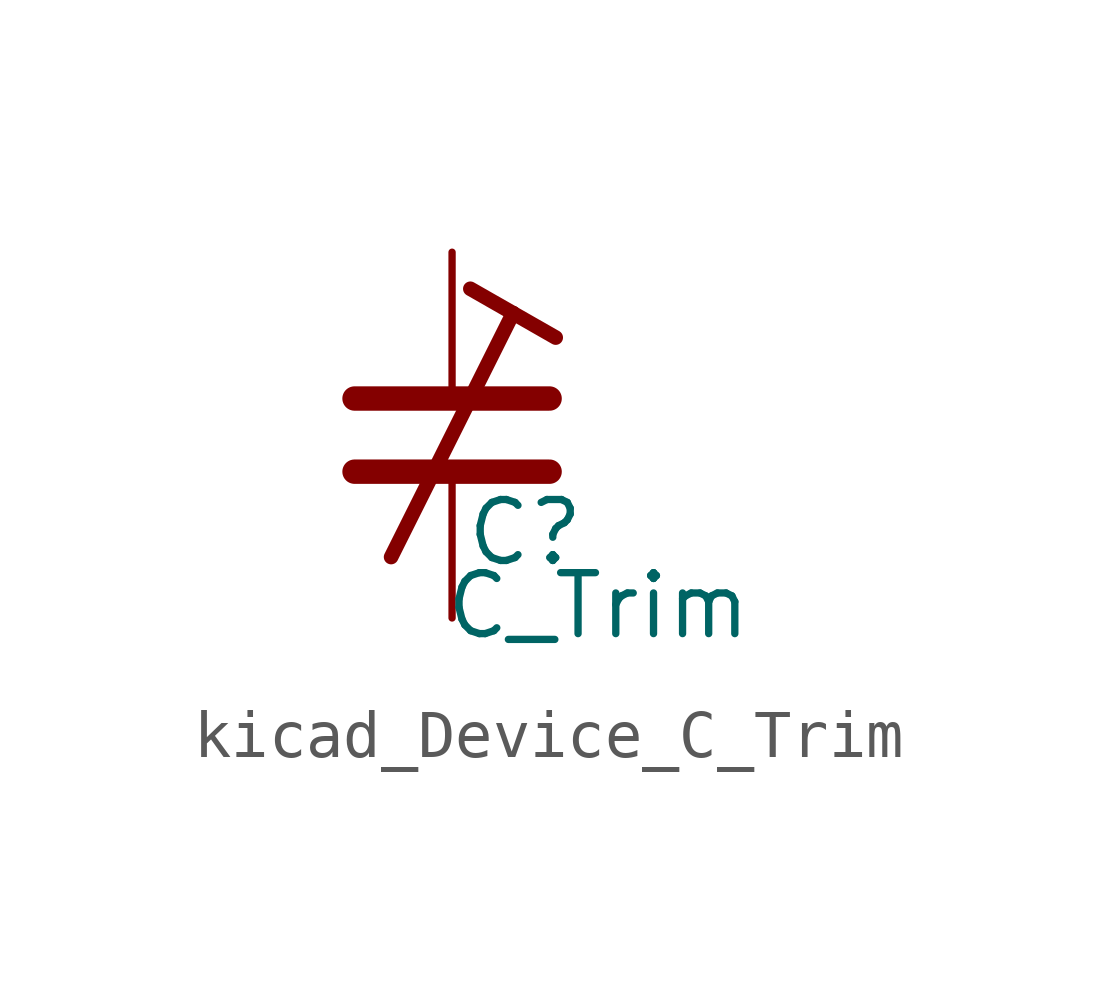
<source format=kicad_sym>
(kicad_symbol_lib
  (version 20220914)
  (generator kicad_symbol_editor)
  (symbol "kicad_Device_C_Trim"
    (pin_numbers hide)
    (pin_names
      (offset 0.254) hide)
    (property "Reference" "C"
      (at 1.524 -2.032 0)
      (effects (font (size 1.27 1.27))))
    (property "Value" "C_Trim"
      (at 3.048 -3.556 0)
      (effects (font (size 1.27 1.27))))
    (symbol "kicad_Device_C_Trim_0_1"
      (polyline (pts (xy -2.032 -0.762) (xy 2.032 -0.762)) (stroke (width 0.508) (type default)) (fill (type none)))
      (polyline (pts (xy -2.032 0.762) (xy 2.032 0.762)) (stroke (width 0.508) (type default)) (fill (type none)))
      (polyline (pts (xy 1.27 2.54) (xy -1.27 -2.54)) (stroke (width 0.305) (type default)) (fill (type none)))
      (polyline (pts (xy 1.27 2.54) (xy 0.381 3.048)) (stroke (width 0.305) (type default)) (fill (type none)))
      (polyline (pts (xy 1.27 2.54) (xy 2.159 2.032)) (stroke (width 0.305) (type default)) (fill (type none))))
    (symbol "kicad_Device_C_Trim_1_1"
      (pin passive line (at 0 3.81 270) (length 3.048) (name "~" (effects (font (size 1.27 1.27)))) (number "1" (effects (font (size 1.27 1.27)))))
      (pin passive line (at 0 -3.81 90) (length 3.048) (name "~" (effects (font (size 1.27 1.27)))) (number "2" (effects (font (size 1.27 1.27))))))))
</source>
